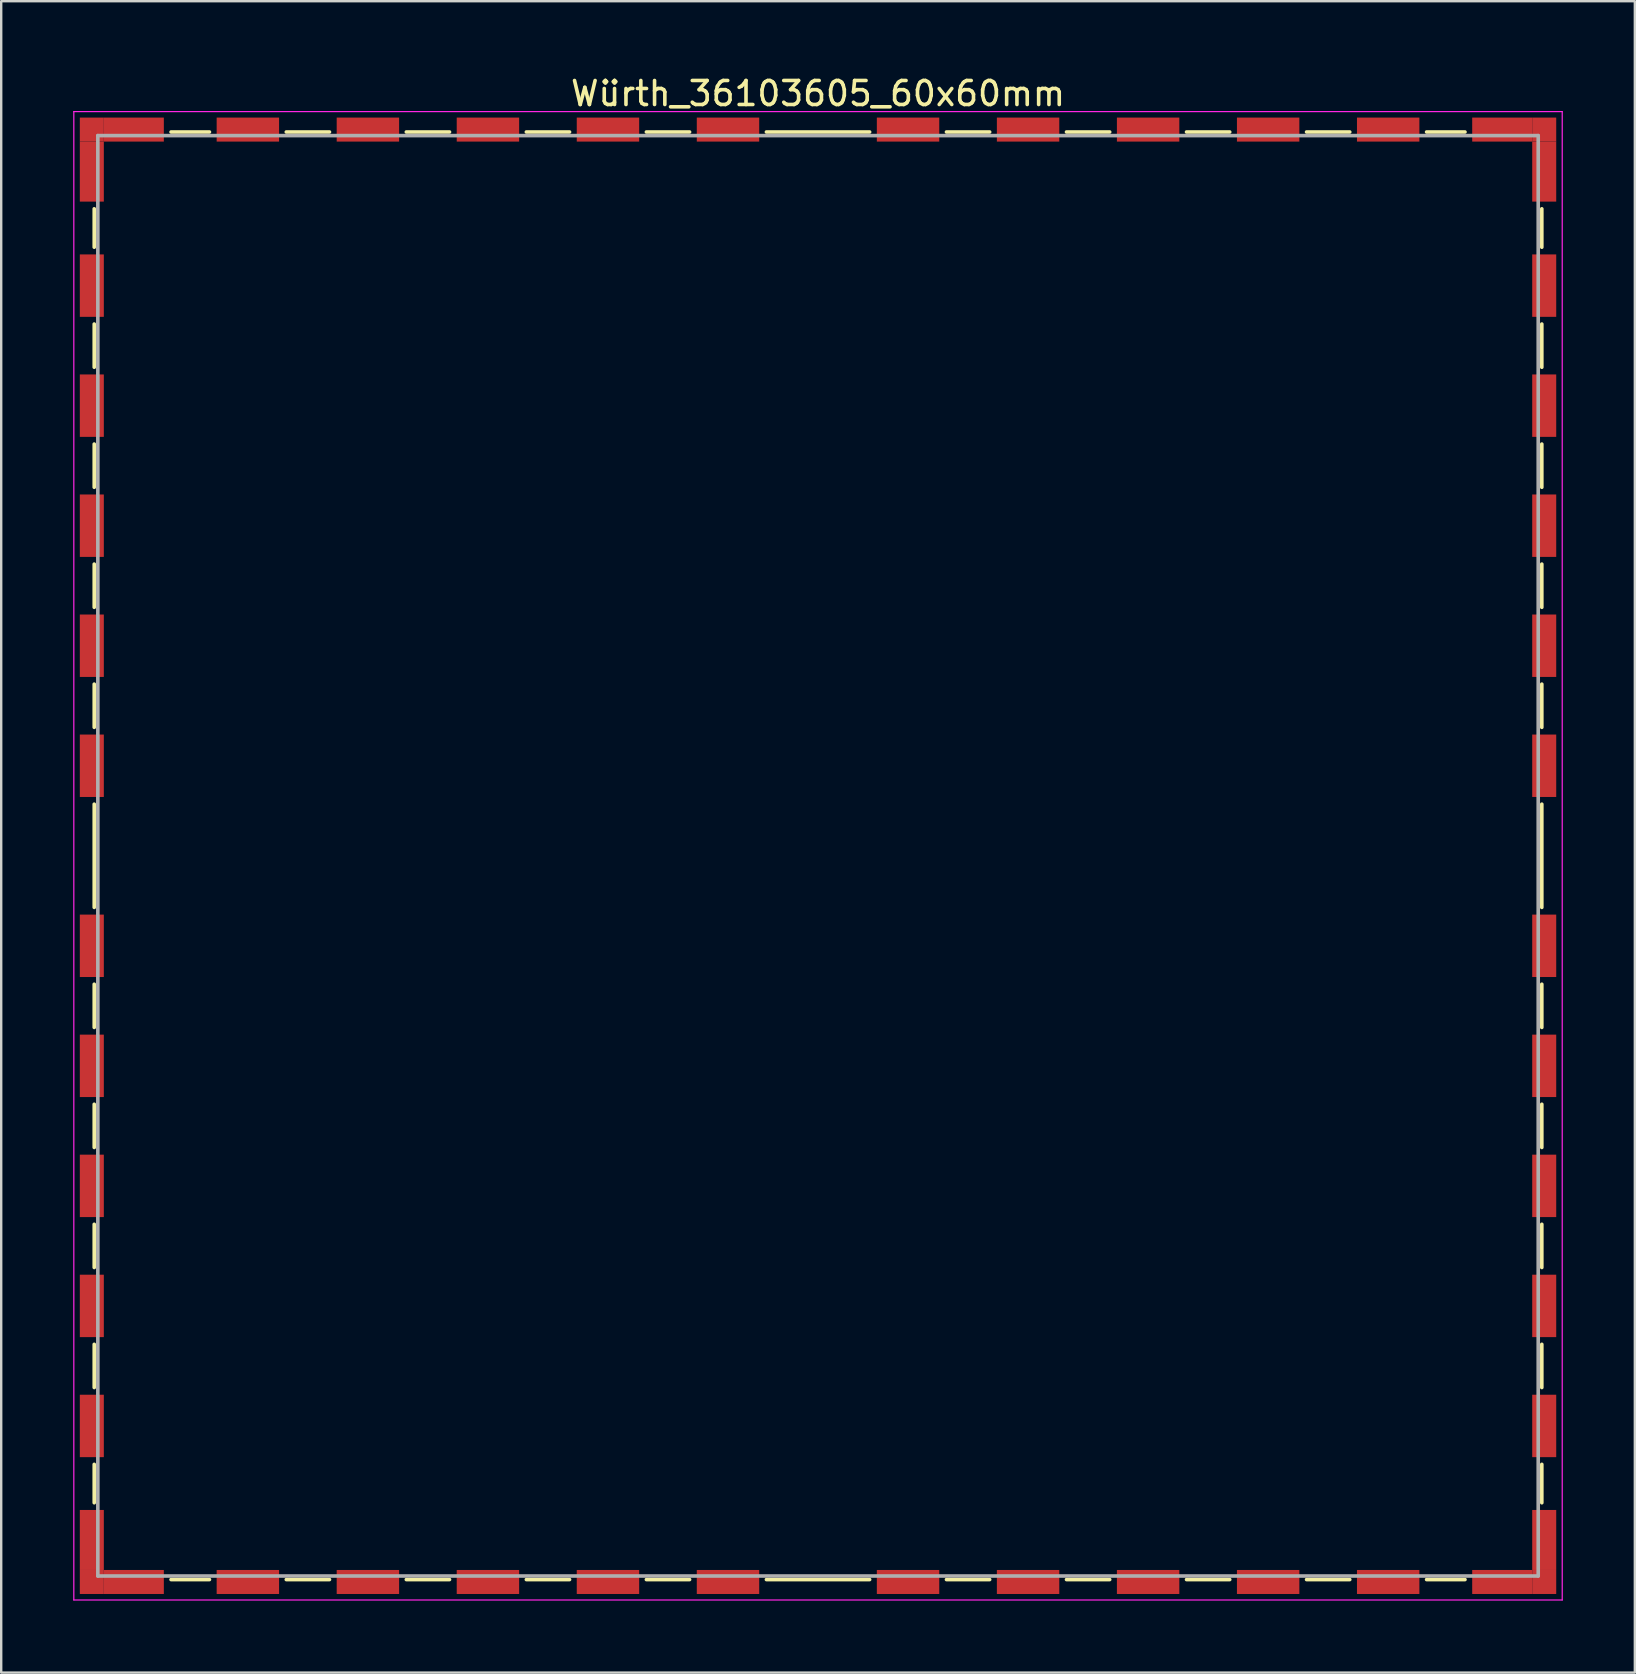
<source format=kicad_pcb>
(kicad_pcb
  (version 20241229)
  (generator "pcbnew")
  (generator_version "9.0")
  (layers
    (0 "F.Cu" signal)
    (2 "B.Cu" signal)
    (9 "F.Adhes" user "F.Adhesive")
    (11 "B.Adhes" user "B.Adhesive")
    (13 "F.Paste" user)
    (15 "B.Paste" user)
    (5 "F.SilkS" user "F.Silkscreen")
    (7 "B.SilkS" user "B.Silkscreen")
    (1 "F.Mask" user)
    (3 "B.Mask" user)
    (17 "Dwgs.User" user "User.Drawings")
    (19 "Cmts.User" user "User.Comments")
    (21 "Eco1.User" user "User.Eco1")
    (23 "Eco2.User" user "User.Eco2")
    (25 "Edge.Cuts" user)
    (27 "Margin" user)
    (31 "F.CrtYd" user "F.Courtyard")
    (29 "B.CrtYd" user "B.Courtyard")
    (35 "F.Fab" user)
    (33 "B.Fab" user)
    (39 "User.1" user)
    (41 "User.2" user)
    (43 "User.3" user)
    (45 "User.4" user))
  (footprint "Würth_36103605_60x60mm"
    (layer "F.Cu")
    (at 31.025 32.598)
    (property "Reference" "Würth_36103605_60x60mm" (at 0 -31.75 0) (layer "F.SilkS") (effects (font (size 1 1) (thickness 0.15))))
    (attr smd)
    (fp_line (start -30.15 -26.95) (end -30.15 -25.35) (stroke (width 0.15) (type solid)) (layer "F.SilkS"))
    (fp_line (start -30.15 -22.15) (end -30.15 -20.35) (stroke (width 0.15) (type solid)) (layer "F.SilkS"))
    (fp_line (start -30.15 -17.15) (end -30.15 -15.35) (stroke (width 0.15) (type solid)) (layer "F.SilkS"))
    (fp_line (start -30.15 -12.15) (end -30.15 -10.35) (stroke (width 0.15) (type solid)) (layer "F.SilkS"))
    (fp_line (start -30.15 -7.15) (end -30.15 -5.35) (stroke (width 0.15) (type solid)) (layer "F.SilkS"))
    (fp_line (start -30.15 -2.15) (end -30.15 2.15) (stroke (width 0.15) (type solid)) (layer "F.SilkS"))
    (fp_line (start -30.15 5.35) (end -30.15 7.15) (stroke (width 0.15) (type solid)) (layer "F.SilkS"))
    (fp_line (start -30.15 10.35) (end -30.15 12.15) (stroke (width 0.15) (type solid)) (layer "F.SilkS"))
    (fp_line (start -30.15 15.35) (end -30.15 17.15) (stroke (width 0.15) (type solid)) (layer "F.SilkS"))
    (fp_line (start -30.15 20.35) (end -30.15 22.15) (stroke (width 0.15) (type solid)) (layer "F.SilkS"))
    (fp_line (start -30.15 25.35) (end -30.15 26.95) (stroke (width 0.15) (type solid)) (layer "F.SilkS"))
    (fp_line (start -26.95 -30.15) (end -25.35 -30.15) (stroke (width 0.15) (type solid)) (layer "F.SilkS"))
    (fp_line (start -26.95 30.15) (end -25.35 30.15) (stroke (width 0.15) (type solid)) (layer "F.SilkS"))
    (fp_line (start -22.15 -30.15) (end -20.35 -30.15) (stroke (width 0.15) (type solid)) (layer "F.SilkS"))
    (fp_line (start -22.15 30.15) (end -20.35 30.15) (stroke (width 0.15) (type solid)) (layer "F.SilkS"))
    (fp_line (start -17.15 -30.15) (end -15.35 -30.15) (stroke (width 0.15) (type solid)) (layer "F.SilkS"))
    (fp_line (start -17.15 30.15) (end -15.35 30.15) (stroke (width 0.15) (type solid)) (layer "F.SilkS"))
    (fp_line (start -12.15 -30.15) (end -10.35 -30.15) (stroke (width 0.15) (type solid)) (layer "F.SilkS"))
    (fp_line (start -12.15 30.15) (end -10.35 30.15) (stroke (width 0.15) (type solid)) (layer "F.SilkS"))
    (fp_line (start -7.15 -30.15) (end -5.35 -30.15) (stroke (width 0.15) (type solid)) (layer "F.SilkS"))
    (fp_line (start -7.15 30.15) (end -5.35 30.15) (stroke (width 0.15) (type solid)) (layer "F.SilkS"))
    (fp_line (start -2.15 -30.15) (end 2.15 -30.15) (stroke (width 0.15) (type solid)) (layer "F.SilkS"))
    (fp_line (start -2.15 30.15) (end 2.15 30.15) (stroke (width 0.15) (type solid)) (layer "F.SilkS"))
    (fp_line (start 5.35 -30.15) (end 7.15 -30.15) (stroke (width 0.15) (type solid)) (layer "F.SilkS"))
    (fp_line (start 5.35 30.15) (end 7.15 30.15) (stroke (width 0.15) (type solid)) (layer "F.SilkS"))
    (fp_line (start 10.35 -30.15) (end 12.15 -30.15) (stroke (width 0.15) (type solid)) (layer "F.SilkS"))
    (fp_line (start 10.35 30.15) (end 12.15 30.15) (stroke (width 0.15) (type solid)) (layer "F.SilkS"))
    (fp_line (start 15.35 -30.15) (end 17.15 -30.15) (stroke (width 0.15) (type solid)) (layer "F.SilkS"))
    (fp_line (start 15.35 30.15) (end 17.15 30.15) (stroke (width 0.15) (type solid)) (layer "F.SilkS"))
    (fp_line (start 20.35 -30.15) (end 22.15 -30.15) (stroke (width 0.15) (type solid)) (layer "F.SilkS"))
    (fp_line (start 20.35 30.15) (end 22.15 30.15) (stroke (width 0.15) (type solid)) (layer "F.SilkS"))
    (fp_line (start 25.35 -30.15) (end 26.95 -30.15) (stroke (width 0.15) (type solid)) (layer "F.SilkS"))
    (fp_line (start 25.35 30.15) (end 26.95 30.15) (stroke (width 0.15) (type solid)) (layer "F.SilkS"))
    (fp_line (start 30.15 -26.95) (end 30.15 -25.35) (stroke (width 0.15) (type solid)) (layer "F.SilkS"))
    (fp_line (start 30.15 -22.15) (end 30.15 -20.35) (stroke (width 0.15) (type solid)) (layer "F.SilkS"))
    (fp_line (start 30.15 -17.15) (end 30.15 -15.35) (stroke (width 0.15) (type solid)) (layer "F.SilkS"))
    (fp_line (start 30.15 -12.15) (end 30.15 -10.35) (stroke (width 0.15) (type solid)) (layer "F.SilkS"))
    (fp_line (start 30.15 -7.15) (end 30.15 -5.35) (stroke (width 0.15) (type solid)) (layer "F.SilkS"))
    (fp_line (start 30.15 -2.15) (end 30.15 2.15) (stroke (width 0.15) (type solid)) (layer "F.SilkS"))
    (fp_line (start 30.15 5.35) (end 30.15 7.15) (stroke (width 0.15) (type solid)) (layer "F.SilkS"))
    (fp_line (start 30.15 10.35) (end 30.15 12.15) (stroke (width 0.15) (type solid)) (layer "F.SilkS"))
    (fp_line (start 30.15 15.35) (end 30.15 17.15) (stroke (width 0.15) (type solid)) (layer "F.SilkS"))
    (fp_line (start 30.15 20.35) (end 30.15 22.15) (stroke (width 0.15) (type solid)) (layer "F.SilkS"))
    (fp_line (start 30.15 25.35) (end 30.15 26.95) (stroke (width 0.15) (type solid)) (layer "F.SilkS"))
    (fp_line (start -31 -31) (end -31 31) (stroke (width 0.05) (type solid)) (layer "F.CrtYd"))
    (fp_line (start -31 31) (end 31 31) (stroke (width 0.05) (type solid)) (layer "F.CrtYd"))
    (fp_line (start 31 -31) (end -31 -31) (stroke (width 0.05) (type solid)) (layer "F.CrtYd"))
    (fp_line (start 31 31) (end 31 -31) (stroke (width 0.05) (type solid)) (layer "F.CrtYd"))
    (fp_line (start -30 -30) (end -30 30) (stroke (width 0.15) (type solid)) (layer "F.Fab"))
    (fp_line (start -30 30) (end 30 30) (stroke (width 0.15) (type solid)) (layer "F.Fab"))
    (fp_line (start 30 -30) (end -30 -30) (stroke (width 0.15) (type solid)) (layer "F.Fab"))
    (fp_line (start 30 30) (end 30 -30) (stroke (width 0.15) (type solid)) (layer "F.Fab"))
    (pad "1" smd rect (at -30.25 -30.25) (size 1 1) (layers "F.Cu" "F.Mask"))
    (pad "1" smd rect (at -30.25 -28.5) (size 1 2.5) (layers "F.Cu" "F.Mask"))
    (pad "1" smd rect (at -30.25 -23.75) (size 1 2.6) (layers "F.Cu" "F.Mask"))
    (pad "1" smd rect (at -30.25 -18.75) (size 1 2.6) (layers "F.Cu" "F.Mask"))
    (pad "1" smd rect (at -30.25 -13.75) (size 1 2.6) (layers "F.Cu" "F.Mask"))
    (pad "1" smd rect (at -30.25 -8.75) (size 1 2.6) (layers "F.Cu" "F.Mask"))
    (pad "1" smd rect (at -30.25 -3.75) (size 1 2.6) (layers "F.Cu" "F.Mask"))
    (pad "1" smd rect (at -30.25 3.75) (size 1 2.6) (layers "F.Cu" "F.Mask"))
    (pad "1" smd rect (at -30.25 8.75) (size 1 2.6) (layers "F.Cu" "F.Mask"))
    (pad "1" smd rect (at -30.25 13.75) (size 1 2.6) (layers "F.Cu" "F.Mask"))
    (pad "1" smd rect (at -30.25 18.75) (size 1 2.6) (layers "F.Cu" "F.Mask"))
    (pad "1" smd rect (at -30.25 23.75) (size 1 2.6) (layers "F.Cu" "F.Mask"))
    (pad "1" smd rect (at -30.25 28.5) (size 1 2.5) (layers "F.Cu" "F.Mask"))
    (pad "1" smd rect (at -30.25 30.25) (size 1 1) (layers "F.Cu" "F.Mask"))
    (pad "1" smd rect (at -28.5 -30.25) (size 2.5 1) (layers "F.Cu" "F.Mask"))
    (pad "1" smd rect (at -28.5 30.25) (size 2.5 1) (layers "F.Cu" "F.Mask"))
    (pad "1" smd rect (at -23.75 -30.25) (size 2.6 1) (layers "F.Cu" "F.Mask"))
    (pad "1" smd rect (at -23.75 30.25) (size 2.6 1) (layers "F.Cu" "F.Mask"))
    (pad "1" smd rect (at -18.75 -30.25) (size 2.6 1) (layers "F.Cu" "F.Mask"))
    (pad "1" smd rect (at -18.75 30.25) (size 2.6 1) (layers "F.Cu" "F.Mask"))
    (pad "1" smd rect (at -13.75 -30.25) (size 2.6 1) (layers "F.Cu" "F.Mask"))
    (pad "1" smd rect (at -13.75 30.25) (size 2.6 1) (layers "F.Cu" "F.Mask"))
    (pad "1" smd rect (at -8.75 -30.25) (size 2.6 1) (layers "F.Cu" "F.Mask"))
    (pad "1" smd rect (at -8.75 30.25) (size 2.6 1) (layers "F.Cu" "F.Mask"))
    (pad "1" smd rect (at -3.75 -30.25) (size 2.6 1) (layers "F.Cu" "F.Mask"))
    (pad "1" smd rect (at -3.75 30.25) (size 2.6 1) (layers "F.Cu" "F.Mask"))
    (pad "1" smd rect (at 3.75 -30.25) (size 2.6 1) (layers "F.Cu" "F.Mask"))
    (pad "1" smd rect (at 3.75 30.25) (size 2.6 1) (layers "F.Cu" "F.Mask"))
    (pad "1" smd rect (at 8.75 -30.25) (size 2.6 1) (layers "F.Cu" "F.Mask"))
    (pad "1" smd rect (at 8.75 30.25) (size 2.6 1) (layers "F.Cu" "F.Mask"))
    (pad "1" smd rect (at 13.75 -30.25) (size 2.6 1) (layers "F.Cu" "F.Mask"))
    (pad "1" smd rect (at 13.75 30.25) (size 2.6 1) (layers "F.Cu" "F.Mask"))
    (pad "1" smd rect (at 18.75 -30.25) (size 2.6 1) (layers "F.Cu" "F.Mask"))
    (pad "1" smd rect (at 18.75 30.25) (size 2.6 1) (layers "F.Cu" "F.Mask"))
    (pad "1" smd rect (at 23.75 -30.25) (size 2.6 1) (layers "F.Cu" "F.Mask"))
    (pad "1" smd rect (at 23.75 30.25) (size 2.6 1) (layers "F.Cu" "F.Mask"))
    (pad "1" smd rect (at 28.5 -30.25) (size 2.5 1) (layers "F.Cu" "F.Mask"))
    (pad "1" smd rect (at 28.5 30.25) (size 2.5 1) (layers "F.Cu" "F.Mask"))
    (pad "1" smd rect (at 30.25 -30.25) (size 1 1) (layers "F.Cu" "F.Mask"))
    (pad "1" smd rect (at 30.25 -28.5) (size 1 2.5) (layers "F.Cu" "F.Mask"))
    (pad "1" smd rect (at 30.25 -23.75) (size 1 2.6) (layers "F.Cu" "F.Mask"))
    (pad "1" smd rect (at 30.25 -18.75) (size 1 2.6) (layers "F.Cu" "F.Mask"))
    (pad "1" smd rect (at 30.25 -13.75) (size 1 2.6) (layers "F.Cu" "F.Mask"))
    (pad "1" smd rect (at 30.25 -8.75) (size 1 2.6) (layers "F.Cu" "F.Mask"))
    (pad "1" smd rect (at 30.25 -3.75) (size 1 2.6) (layers "F.Cu" "F.Mask"))
    (pad "1" smd rect (at 30.25 3.75) (size 1 2.6) (layers "F.Cu" "F.Mask"))
    (pad "1" smd rect (at 30.25 8.75) (size 1 2.6) (layers "F.Cu" "F.Mask"))
    (pad "1" smd rect (at 30.25 13.75) (size 1 2.6) (layers "F.Cu" "F.Mask"))
    (pad "1" smd rect (at 30.25 18.75) (size 1 2.6) (layers "F.Cu" "F.Mask"))
    (pad "1" smd rect (at 30.25 23.75) (size 1 2.6) (layers "F.Cu" "F.Mask"))
    (pad "1" smd rect (at 30.25 28.5) (size 1 2.5) (layers "F.Cu" "F.Mask"))
    (pad "1" smd rect (at 30.25 30.25) (size 1 1) (layers "F.Cu" "F.Mask")))
  (gr_rect
    (start -3 -3)
    (end 65.05 66.623)
    (stroke (width 0.1) (type default))
    (fill no)
    (layer "Edge.Cuts")))
</source>
